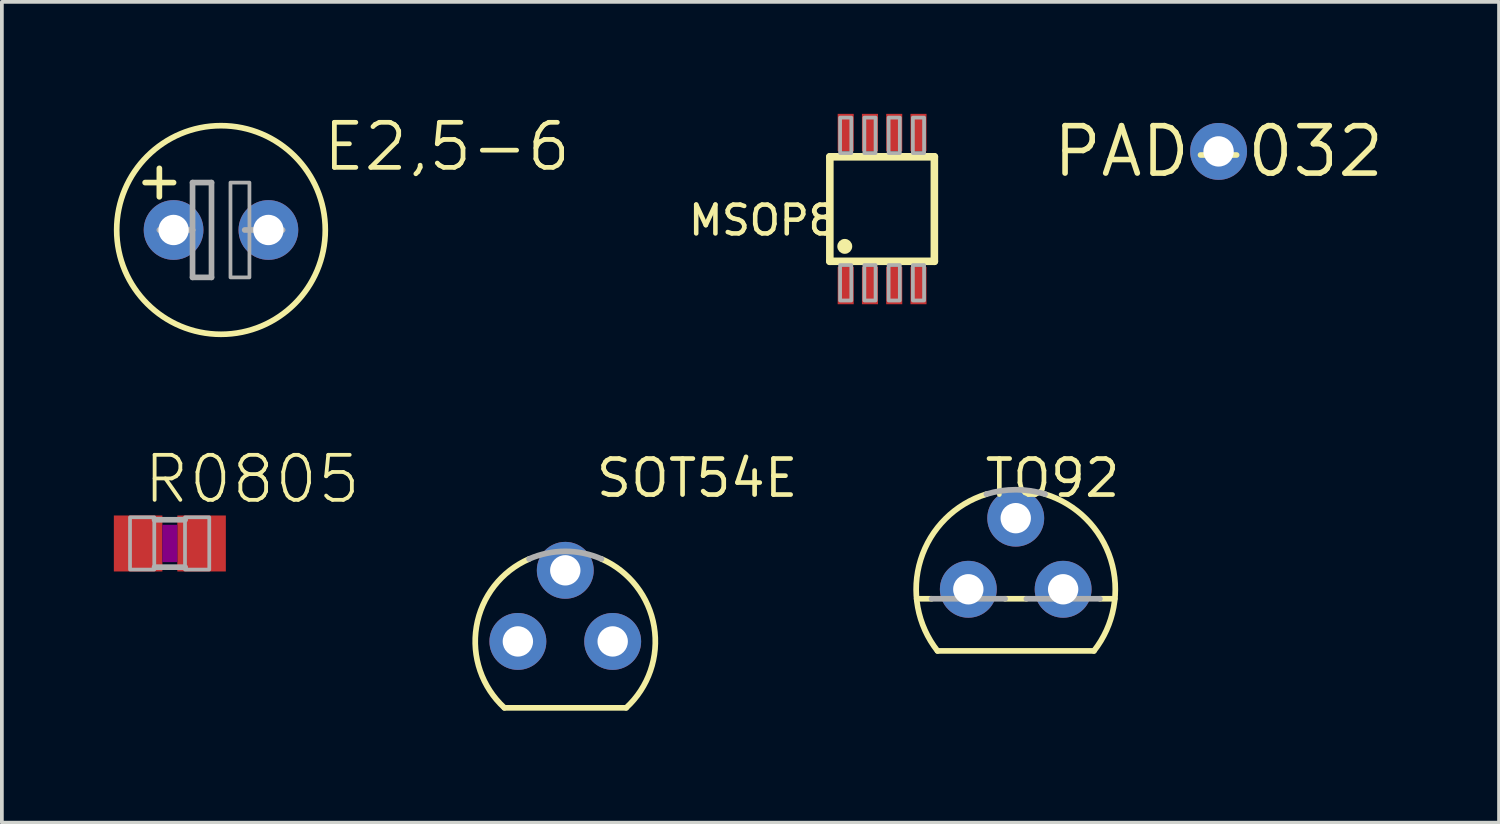
<source format=kicad_pcb>
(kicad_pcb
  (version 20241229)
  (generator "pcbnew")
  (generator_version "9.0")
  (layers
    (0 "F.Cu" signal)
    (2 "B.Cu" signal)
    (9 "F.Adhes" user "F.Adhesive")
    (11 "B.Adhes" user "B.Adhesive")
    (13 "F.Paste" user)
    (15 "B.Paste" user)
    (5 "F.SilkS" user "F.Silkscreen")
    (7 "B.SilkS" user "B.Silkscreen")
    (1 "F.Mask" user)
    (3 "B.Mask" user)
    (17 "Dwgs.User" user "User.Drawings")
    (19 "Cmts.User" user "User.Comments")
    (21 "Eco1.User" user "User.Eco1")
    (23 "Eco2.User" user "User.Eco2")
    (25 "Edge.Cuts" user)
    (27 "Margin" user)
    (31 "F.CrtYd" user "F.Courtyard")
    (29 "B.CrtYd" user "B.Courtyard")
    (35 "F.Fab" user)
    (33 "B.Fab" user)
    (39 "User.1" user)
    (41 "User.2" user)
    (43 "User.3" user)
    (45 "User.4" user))
  (footprint "R0805"
    (layer "F.Cu")
    (at 1.5 11.509)
    (property "Reference" "R0805" (at -0.762 -1.016 0) (layer "F.SilkS") (effects (font (size 1.206 1.206) (thickness 0.102)) (justify left bottom)))
    (attr through_hole)
    (fp_poly (pts (xy -0.2 0.5) (xy 0.2 0.5) (xy 0.2 -0.5) (xy -0.2 -0.5)) (stroke (width 0) (type solid)) (fill yes) (layer "F.Adhes"))
    (fp_line (start -0.41 -0.635) (end 0.41 -0.635) (stroke (width 0.152) (type solid)) (layer "F.Fab"))
    (fp_line (start -0.41 0.635) (end 0.41 0.635) (stroke (width 0.152) (type solid)) (layer "F.Fab"))
    (fp_poly (pts (xy -1.067 0.699) (xy -0.417 0.699) (xy -0.417 -0.702) (xy -1.067 -0.702)) (stroke (width 0.1) (type solid)) (fill no) (layer "F.Fab"))
    (fp_poly (pts (xy 0.406 0.699) (xy 1.056 0.699) (xy 1.056 -0.702) (xy 0.406 -0.702)) (stroke (width 0.1) (type solid)) (fill no) (layer "F.Fab"))
    (pad "1" smd rect (at -0.85 0) (size 1.3 1.5) (layers "F.Cu" "F.Mask" "F.Paste"))
    (pad "2" smd rect (at 0.85 0) (size 1.3 1.5) (layers "F.Cu" "F.Mask" "F.Paste")))
  (footprint "SOT54E"
    (layer "F.Cu")
    (at 12.093 14.133)
    (property "Reference" "SOT54E" (at 0.762 -3.81 0) (layer "F.SilkS") (effects (font (size 0.965 0.965) (thickness 0.125)) (justify left bottom)))
    (attr through_hole)
    (fp_line (start -1.631 1.778) (end 1.631 1.778) (stroke (width 0.152) (type solid)) (layer "F.SilkS"))
    (fp_arc (start -1.631 1.778) (mid -2.380095 -0.395238) (end -0.9689 -2.209799) (stroke (width 0.1524) (type solid)) (layer "F.SilkS"))
    (fp_arc (start 0.9689 -2.2098) (mid 2.380095 -0.395238) (end 1.631001 1.778) (stroke (width 0.1524) (type solid)) (layer "F.SilkS"))
    (fp_arc (start -0.9692 -2.2098) (mid 0 -2.412999) (end 0.969199 -2.2098) (stroke (width 0.1524) (type solid)) (layer "F.Fab"))
    (pad "D" thru_hole circle (at -1.27 0) (size 1.524 1.524) (drill 0.813) (layers "*.Cu" "*.Mask"))
    (pad "G" thru_hole circle (at 0 -1.905) (size 1.524 1.524) (drill 0.813) (layers "*.Cu" "*.Mask"))
    (pad "S" thru_hole circle (at 1.27 0) (size 1.524 1.524) (drill 0.813) (layers "*.Cu" "*.Mask")))
  (footprint "PAD-032"
    (layer "F.Cu")
    (at 29.594 1.006)
    (property "Reference" "PAD-032" (at 0 0 0) (layer "F.SilkS") (effects (font (size 1.27 1.27) (thickness 0.15))))
    (attr through_hole)
    (pad "P" thru_hole circle (at 0 0) (size 1.524 1.524) (drill 0.813) (layers "*.Cu" "*.Mask")))
  (footprint "E2,5-6"
    (layer "F.Cu")
    (at 2.87 3.111)
    (property "Reference" "E2,5-6" (at 2.667 -1.524 0) (layer "F.SilkS") (effects (font (size 1.206 1.206) (thickness 0.127)) (justify left bottom)))
    (attr through_hole)
    (fp_line (start -2.032 -1.27) (end -1.651 -1.27) (stroke (width 0.152) (type solid)) (layer "F.SilkS"))
    (fp_line (start -1.651 -1.27) (end -1.651 -1.651) (stroke (width 0.152) (type solid)) (layer "F.SilkS"))
    (fp_line (start -1.651 -1.27) (end -1.27 -1.27) (stroke (width 0.152) (type solid)) (layer "F.SilkS"))
    (fp_line (start -1.651 -0.889) (end -1.651 -1.27) (stroke (width 0.152) (type solid)) (layer "F.SilkS"))
    (fp_circle (center 0 0) (end 2.794 0) (stroke (width 0.152) (type solid)) (fill no) (layer "F.SilkS"))
    (fp_line (start -1.651 0) (end -0.762 0) (stroke (width 0.152) (type solid)) (layer "F.Fab"))
    (fp_line (start -0.762 -1.27) (end -0.762 0) (stroke (width 0.152) (type solid)) (layer "F.Fab"))
    (fp_line (start -0.762 0) (end -0.762 1.27) (stroke (width 0.152) (type solid)) (layer "F.Fab"))
    (fp_line (start -0.762 1.27) (end -0.254 1.27) (stroke (width 0.152) (type solid)) (layer "F.Fab"))
    (fp_line (start -0.254 -1.27) (end -0.762 -1.27) (stroke (width 0.152) (type solid)) (layer "F.Fab"))
    (fp_line (start -0.254 1.27) (end -0.254 -1.27) (stroke (width 0.152) (type solid)) (layer "F.Fab"))
    (fp_line (start 0.635 0) (end 1.651 0) (stroke (width 0.152) (type solid)) (layer "F.Fab"))
    (fp_poly (pts (xy 0.254 1.27) (xy 0.762 1.27) (xy 0.762 -1.27) (xy 0.254 -1.27)) (stroke (width 0.1) (type solid)) (fill no) (layer "F.Fab"))
    (pad "+" thru_hole circle (at -1.27 0) (size 1.6 1.6) (drill 0.813) (layers "*.Cu" "*.Mask"))
    (pad "-" thru_hole circle (at 1.27 0) (size 1.6 1.6) (drill 0.813) (layers "*.Cu" "*.Mask")))
  (footprint "MSOP8"
    (layer "F.Cu")
    (at 20.58 2.55)
    (property "Reference" "MSOP8" (at -1.15 -0.15 0) (layer "F.SilkS") (effects (font (size 0.772 0.772) (thickness 0.122)) (justify right top)))
    (attr through_hole)
    (fp_line (start -1.4 -1.4) (end 1.4 -1.4) (stroke (width 0.203) (type solid)) (layer "F.SilkS"))
    (fp_line (start -1.4 1.4) (end -1.4 -1.4) (stroke (width 0.203) (type solid)) (layer "F.SilkS"))
    (fp_line (start 1.4 -1.4) (end 1.4 1.4) (stroke (width 0.203) (type solid)) (layer "F.SilkS"))
    (fp_line (start 1.4 1.4) (end -1.4 1.4) (stroke (width 0.203) (type solid)) (layer "F.SilkS"))
    (fp_circle (center -1 1) (end -0.9 1) (stroke (width 0.2) (type solid)) (fill no) (layer "F.SilkS"))
    (fp_poly (pts (xy -1.125 2.45) (xy -0.825 2.45) (xy -0.825 1.5) (xy -1.125 1.5)) (stroke (width 0.1) (type solid)) (fill no) (layer "F.Fab"))
    (fp_poly (pts (xy -1.125 -1.5) (xy -0.825 -1.5) (xy -0.825 -2.45) (xy -1.125 -2.45)) (stroke (width 0.1) (type solid)) (fill no) (layer "F.Fab"))
    (fp_poly (pts (xy -0.475 -1.5) (xy -0.175 -1.5) (xy -0.175 -2.45) (xy -0.475 -2.45)) (stroke (width 0.1) (type solid)) (fill no) (layer "F.Fab"))
    (fp_poly (pts (xy -0.475 2.45) (xy -0.175 2.45) (xy -0.175 1.5) (xy -0.475 1.5)) (stroke (width 0.1) (type solid)) (fill no) (layer "F.Fab"))
    (fp_poly (pts (xy 0.175 -1.5) (xy 0.475 -1.5) (xy 0.475 -2.45) (xy 0.175 -2.45)) (stroke (width 0.1) (type solid)) (fill no) (layer "F.Fab"))
    (fp_poly (pts (xy 0.175 2.45) (xy 0.475 2.45) (xy 0.475 1.5) (xy 0.175 1.5)) (stroke (width 0.1) (type solid)) (fill no) (layer "F.Fab"))
    (fp_poly (pts (xy 0.825 2.45) (xy 1.125 2.45) (xy 1.125 1.5) (xy 0.825 1.5)) (stroke (width 0.1) (type solid)) (fill no) (layer "F.Fab"))
    (fp_poly (pts (xy 0.825 -1.5) (xy 1.125 -1.5) (xy 1.125 -2.45) (xy 0.825 -2.45)) (stroke (width 0.1) (type solid)) (fill no) (layer "F.Fab"))
    (pad "1" smd rect (at -0.975 2.05) (size 0.43 1) (layers "F.Cu" "F.Mask" "F.Paste"))
    (pad "2" smd rect (at -0.325 2.05) (size 0.43 1) (layers "F.Cu" "F.Mask" "F.Paste"))
    (pad "3" smd rect (at 0.325 2.05) (size 0.43 1) (layers "F.Cu" "F.Mask" "F.Paste"))
    (pad "4" smd rect (at 0.975 2.05) (size 0.43 1) (layers "F.Cu" "F.Mask" "F.Paste"))
    (pad "5" smd rect (at 0.975 -2.05) (size 0.43 1) (layers "F.Cu" "F.Mask" "F.Paste"))
    (pad "6" smd rect (at 0.325 -2.05) (size 0.43 1) (layers "F.Cu" "F.Mask" "F.Paste"))
    (pad "7" smd rect (at -0.325 -2.05) (size 0.43 1) (layers "F.Cu" "F.Mask" "F.Paste"))
    (pad "8" smd rect (at -0.975 -2.05) (size 0.43 1) (layers "F.Cu" "F.Mask" "F.Paste")))
  (footprint "TO92"
    (layer "F.Cu")
    (at 24.16 12.736)
    (property "Reference" "TO92" (at -0.889 -2.413 180) (layer "F.SilkS") (effects (font (size 0.965 0.965) (thickness 0.125)) (justify left bottom)))
    (attr through_hole)
    (fp_line (start -2.655 0.254) (end -2.254 0.254) (stroke (width 0.152) (type solid)) (layer "F.SilkS"))
    (fp_line (start -2.095 1.651) (end 2.095 1.651) (stroke (width 0.152) (type solid)) (layer "F.SilkS"))
    (fp_line (start -0.286 0.254) (end 0.286 0.254) (stroke (width 0.152) (type solid)) (layer "F.SilkS"))
    (fp_line (start 2.254 0.254) (end 2.655 0.254) (stroke (width 0.152) (type solid)) (layer "F.SilkS"))
    (fp_arc (start -2.095 1.651) (mid -2.546798 -0.793169) (end -0.786898 -2.5484) (stroke (width 0.1524) (type solid)) (layer "F.SilkS"))
    (fp_arc (start 0.7869 -2.5484) (mid 2.546798 -0.793168) (end 2.094999 1.651001) (stroke (width 0.1524) (type solid)) (layer "F.SilkS"))
    (fp_line (start -2.254 0.254) (end -0.286 0.254) (stroke (width 0.152) (type solid)) (layer "F.Fab"))
    (fp_line (start 0.286 0.254) (end 2.254 0.254) (stroke (width 0.152) (type solid)) (layer "F.Fab"))
    (fp_arc (start -0.7864 -2.5484) (mid 0 -2.666977) (end 0.7864 -2.5484) (stroke (width 0.1524) (type solid)) (layer "F.Fab"))
    (pad "1" thru_hole circle (at -1.27 0) (size 1.524 1.524) (drill 0.813) (layers "*.Cu" "*.Mask"))
    (pad "2" thru_hole circle (at 0 -1.905) (size 1.524 1.524) (drill 0.813) (layers "*.Cu" "*.Mask"))
    (pad "3" thru_hole circle (at 1.27 0) (size 1.524 1.524) (drill 0.813) (layers "*.Cu" "*.Mask")))
  (gr_rect
    (start -3 -3)
    (end 37.107 18.988)
    (stroke (width 0.1) (type default))
    (fill no)
    (layer "Edge.Cuts")))
</source>
